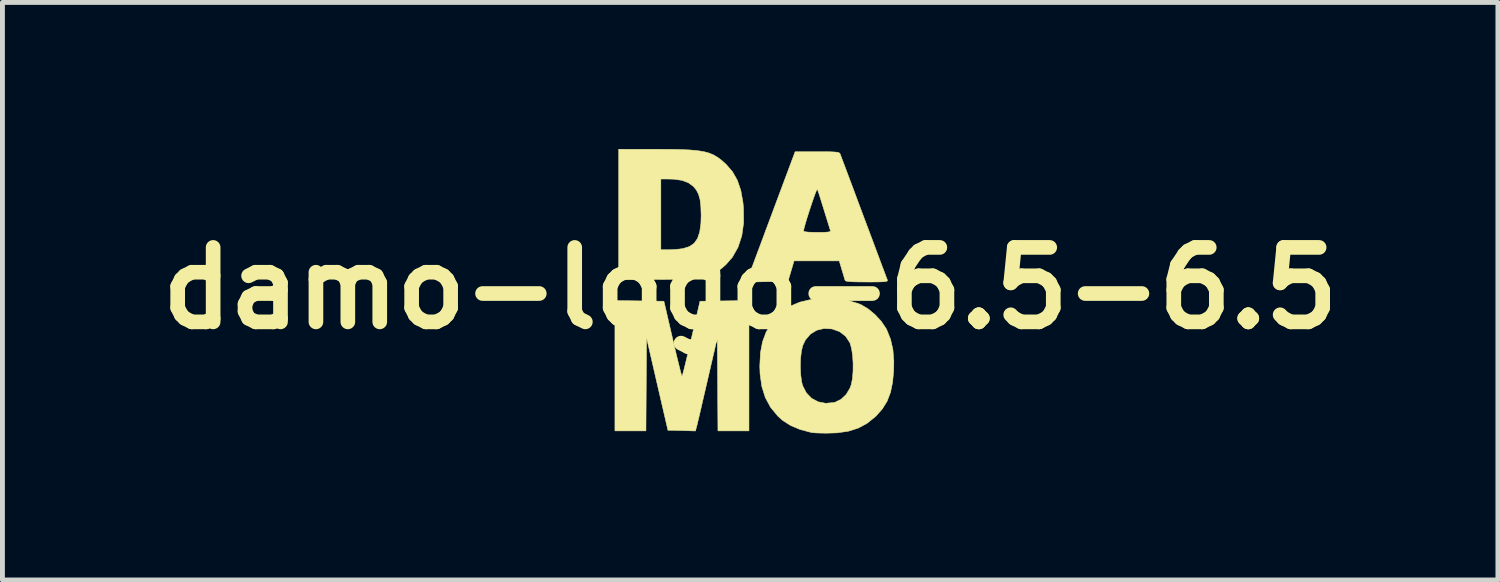
<source format=kicad_pcb>
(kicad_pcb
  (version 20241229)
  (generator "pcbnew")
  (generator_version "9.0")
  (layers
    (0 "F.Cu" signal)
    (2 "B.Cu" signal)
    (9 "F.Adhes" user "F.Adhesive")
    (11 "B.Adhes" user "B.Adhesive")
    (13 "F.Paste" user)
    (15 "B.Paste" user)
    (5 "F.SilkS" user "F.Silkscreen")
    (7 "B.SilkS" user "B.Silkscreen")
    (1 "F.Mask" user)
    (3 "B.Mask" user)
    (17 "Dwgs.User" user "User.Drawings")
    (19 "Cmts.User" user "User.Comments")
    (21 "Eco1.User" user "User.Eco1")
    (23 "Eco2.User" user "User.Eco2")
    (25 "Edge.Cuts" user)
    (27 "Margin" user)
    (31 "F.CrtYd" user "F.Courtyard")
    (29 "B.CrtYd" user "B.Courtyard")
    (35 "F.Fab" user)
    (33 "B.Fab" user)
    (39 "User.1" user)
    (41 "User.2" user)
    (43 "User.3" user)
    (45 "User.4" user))
  (footprint "damo-logo-6.5-6.5"
    (layer "F.Cu")
    (at 12.308 2.85)
    (property "Reference" "damo-logo-6.5-6.5" (at 0 0 0) (layer "F.SilkS") (effects (font (size 1.524 1.524) (thickness 0.3))))
    (attr through_hole)
    (fp_poly (pts (xy -0.025 2.921) (xy -0.66 2.921) (xy -0.673 1.014) (xy -0.874 1.885) (xy -0.922 2.091) (xy -0.967 2.285) (xy -1.007 2.46) (xy -1.042 2.609) (xy -1.07 2.727) (xy -1.089 2.807) (xy -1.098 2.839) (xy -1.12 2.923) (xy -1.402 2.915) (xy -1.684 2.908) (xy -1.903 1.963) (xy -2.121 1.017) (xy -2.128 1.969) (xy -2.134 2.921) (xy -2.769 2.921) (xy -2.769 0.253) (xy -2.267 0.26) (xy -1.766 0.267) (xy -1.588 1.035) (xy -1.544 1.224) (xy -1.503 1.397) (xy -1.466 1.546) (xy -1.436 1.667) (xy -1.413 1.753) (xy -1.399 1.798) (xy -1.396 1.803) (xy -1.387 1.78) (xy -1.368 1.712) (xy -1.341 1.607) (xy -1.308 1.471) (xy -1.269 1.308) (xy -1.226 1.126) (xy -1.205 1.035) (xy -1.028 0.267) (xy -0.025 0.253) (xy -0.025 2.921)) (stroke (width 0.01) (type solid)) (fill yes) (layer "F.SilkS"))
    (fp_poly (pts (xy -1.924 -2.844) (xy -1.651 -2.843) (xy -1.423 -2.839) (xy -1.234 -2.83) (xy -1.078 -2.816) (xy -0.948 -2.795) (xy -0.84 -2.766) (xy -0.747 -2.727) (xy -0.663 -2.677) (xy -0.582 -2.616) (xy -0.499 -2.541) (xy -0.495 -2.538) (xy -0.363 -2.386) (xy -0.263 -2.21) (xy -0.192 -2.002) (xy -0.148 -1.757) (xy -0.137 -1.637) (xy -0.134 -1.341) (xy -0.171 -1.075) (xy -0.248 -0.84) (xy -0.363 -0.636) (xy -0.495 -0.485) (xy -0.58 -0.41) (xy -0.664 -0.348) (xy -0.754 -0.298) (xy -0.855 -0.258) (xy -0.973 -0.228) (xy -1.113 -0.207) (xy -1.283 -0.192) (xy -1.487 -0.183) (xy -1.731 -0.179) (xy -1.949 -0.178) (xy -2.692 -0.178) (xy -2.692 -2.235) (xy -1.829 -2.235) (xy -1.829 -0.787) (xy -1.667 -0.787) (xy -1.553 -0.792) (xy -1.433 -0.803) (xy -1.37 -0.813) (xy -1.245 -0.852) (xy -1.148 -0.919) (xy -1.078 -1.017) (xy -1.033 -1.152) (xy -1.009 -1.327) (xy -1.004 -1.486) (xy -1.01 -1.669) (xy -1.026 -1.811) (xy -1.057 -1.923) (xy -1.104 -2.012) (xy -1.164 -2.085) (xy -1.266 -2.159) (xy -1.397 -2.208) (xy -1.564 -2.232) (xy -1.678 -2.235) (xy -1.829 -2.235) (xy -2.692 -2.235) (xy -2.692 -2.845) (xy -1.924 -2.844)) (stroke (width 0.01) (type solid)) (fill yes) (layer "F.SilkS"))
    (fp_poly (pts (xy 1.748 0.212) (xy 1.993 0.248) (xy 2.218 0.316) (xy 2.276 0.341) (xy 2.417 0.425) (xy 2.558 0.542) (xy 2.684 0.679) (xy 2.78 0.821) (xy 2.795 0.849) (xy 2.874 1.046) (xy 2.922 1.258) (xy 2.941 1.495) (xy 2.938 1.676) (xy 2.916 1.923) (xy 2.873 2.132) (xy 2.805 2.311) (xy 2.708 2.468) (xy 2.579 2.615) (xy 2.559 2.633) (xy 2.393 2.767) (xy 2.212 2.864) (xy 2.007 2.929) (xy 1.773 2.962) (xy 1.562 2.968) (xy 1.448 2.966) (xy 1.35 2.963) (xy 1.28 2.958) (xy 1.257 2.955) (xy 1.022 2.893) (xy 0.827 2.811) (xy 0.663 2.706) (xy 0.565 2.617) (xy 0.417 2.438) (xy 0.309 2.238) (xy 0.238 2.011) (xy 0.202 1.753) (xy 0.197 1.604) (xy 1.027 1.604) (xy 1.034 1.766) (xy 1.052 1.909) (xy 1.074 1.996) (xy 1.149 2.142) (xy 1.257 2.254) (xy 1.391 2.326) (xy 1.545 2.356) (xy 1.711 2.341) (xy 1.739 2.334) (xy 1.86 2.275) (xy 1.965 2.176) (xy 2.043 2.046) (xy 2.07 1.971) (xy 2.094 1.849) (xy 2.106 1.7) (xy 2.107 1.538) (xy 2.097 1.379) (xy 2.076 1.237) (xy 2.046 1.128) (xy 2.04 1.115) (xy 1.955 0.986) (xy 1.835 0.892) (xy 1.681 0.836) (xy 1.673 0.834) (xy 1.511 0.825) (xy 1.362 0.861) (xy 1.233 0.94) (xy 1.132 1.058) (xy 1.075 1.176) (xy 1.048 1.293) (xy 1.032 1.441) (xy 1.027 1.604) (xy 0.197 1.604) (xy 0.197 1.587) (xy 0.21 1.324) (xy 0.253 1.096) (xy 0.328 0.896) (xy 0.437 0.716) (xy 0.549 0.583) (xy 0.635 0.501) (xy 0.73 0.425) (xy 0.811 0.372) (xy 1.014 0.286) (xy 1.246 0.231) (xy 1.494 0.206) (xy 1.748 0.212)) (stroke (width 0.01) (type solid)) (fill yes) (layer "F.SilkS"))
    (fp_poly (pts (xy 1.535 -2.794) (xy 1.654 -2.792) (xy 1.736 -2.788) (xy 1.79 -2.782) (xy 1.821 -2.772) (xy 1.836 -2.758) (xy 1.841 -2.75) (xy 1.853 -2.718) (xy 1.881 -2.643) (xy 1.924 -2.53) (xy 1.979 -2.383) (xy 2.045 -2.207) (xy 2.12 -2.007) (xy 2.202 -1.786) (xy 2.29 -1.551) (xy 2.324 -1.46) (xy 2.414 -1.22) (xy 2.499 -0.994) (xy 2.577 -0.785) (xy 2.646 -0.6) (xy 2.705 -0.442) (xy 2.753 -0.316) (xy 2.786 -0.226) (xy 2.805 -0.178) (xy 2.807 -0.171) (xy 2.81 -0.155) (xy 2.801 -0.144) (xy 2.771 -0.136) (xy 2.715 -0.131) (xy 2.627 -0.128) (xy 2.498 -0.127) (xy 2.39 -0.127) (xy 2.219 -0.128) (xy 2.095 -0.131) (xy 2.011 -0.137) (xy 1.962 -0.146) (xy 1.944 -0.158) (xy 1.944 -0.159) (xy 1.931 -0.197) (xy 1.91 -0.27) (xy 1.882 -0.362) (xy 1.878 -0.375) (xy 1.824 -0.559) (xy 0.898 -0.559) (xy 0.836 -0.349) (xy 0.774 -0.14) (xy -0.076 -0.126) (xy -0.017 -0.285) (xy 0.004 -0.341) (xy 0.041 -0.439) (xy 0.091 -0.573) (xy 0.153 -0.739) (xy 0.225 -0.931) (xy 0.304 -1.144) (xy 0.313 -1.169) (xy 1.092 -1.169) (xy 1.117 -1.157) (xy 1.186 -1.148) (xy 1.295 -1.144) (xy 1.374 -1.143) (xy 1.503 -1.144) (xy 1.587 -1.149) (xy 1.632 -1.158) (xy 1.645 -1.171) (xy 1.644 -1.175) (xy 1.633 -1.209) (xy 1.61 -1.283) (xy 1.578 -1.387) (xy 1.539 -1.513) (xy 1.512 -1.6) (xy 1.47 -1.736) (xy 1.433 -1.855) (xy 1.402 -1.949) (xy 1.381 -2.01) (xy 1.374 -2.027) (xy 1.363 -2.012) (xy 1.34 -1.958) (xy 1.308 -1.873) (xy 1.271 -1.766) (xy 1.231 -1.647) (xy 1.191 -1.523) (xy 1.154 -1.406) (xy 1.124 -1.302) (xy 1.102 -1.221) (xy 1.092 -1.173) (xy 1.092 -1.169) (xy 0.313 -1.169) (xy 0.389 -1.372) (xy 0.478 -1.61) (xy 0.481 -1.619) (xy 0.92 -2.794) (xy 1.372 -2.794) (xy 1.535 -2.794)) (stroke (width 0.01) (type solid)) (fill yes) (layer "F.SilkS")))
  (gr_rect
    (start -3 -3)
    (end 27.616 8.823)
    (stroke (width 0.1) (type default))
    (fill no)
    (layer "Edge.Cuts")))
</source>
